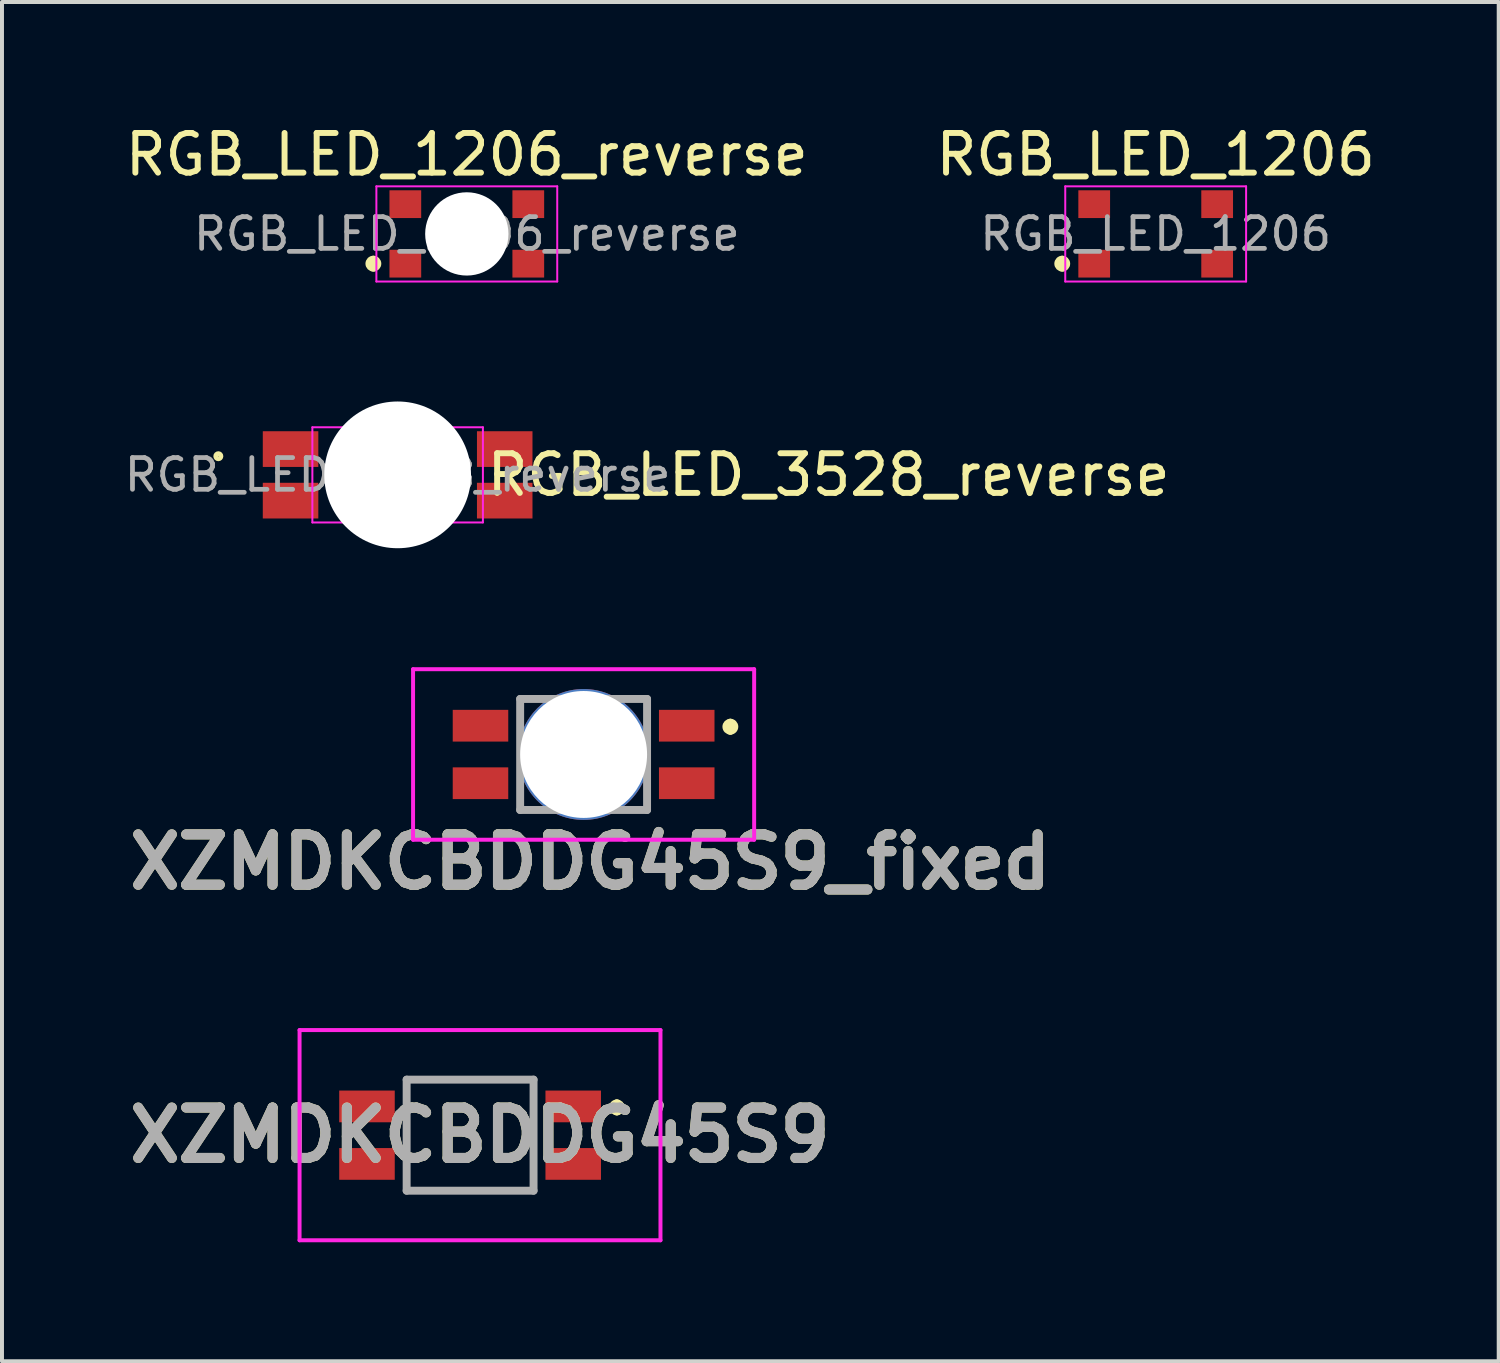
<source format=kicad_pcb>
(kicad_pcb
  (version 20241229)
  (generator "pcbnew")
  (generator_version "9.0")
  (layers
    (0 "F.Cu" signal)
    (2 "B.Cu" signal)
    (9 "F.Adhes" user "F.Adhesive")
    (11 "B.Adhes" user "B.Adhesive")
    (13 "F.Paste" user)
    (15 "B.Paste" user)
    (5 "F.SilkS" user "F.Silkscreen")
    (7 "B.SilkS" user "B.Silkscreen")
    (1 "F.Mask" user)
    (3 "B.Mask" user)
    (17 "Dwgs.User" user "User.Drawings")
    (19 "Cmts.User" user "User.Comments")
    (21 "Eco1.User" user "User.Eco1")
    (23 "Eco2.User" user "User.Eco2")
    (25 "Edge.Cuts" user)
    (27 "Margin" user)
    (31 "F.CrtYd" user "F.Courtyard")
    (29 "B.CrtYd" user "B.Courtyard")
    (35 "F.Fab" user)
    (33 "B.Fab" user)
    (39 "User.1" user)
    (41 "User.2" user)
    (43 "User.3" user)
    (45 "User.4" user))
  (footprint "RGB_LED_3528_reverse"
    (layer "F.Cu")
    (at 6.976 8.923)
    (property "Reference" "RGB_LED_3528_reverse" (at 2.172 0 0) (layer "F.SilkS") (effects (font (size 1 1) (thickness 0.15)) (justify left)))
    (attr smd)
    (fp_circle (center -4.521 -0.47) (end -4.536 -0.406) (stroke (width 0.12) (type solid)) (fill no) (layer "F.SilkS"))
    (fp_line (start -2.15 -1.2) (end 2.15 -1.2) (stroke (width 0.05) (type solid)) (layer "F.CrtYd"))
    (fp_line (start -2.15 1.2) (end -2.15 -1.2) (stroke (width 0.05) (type solid)) (layer "F.CrtYd"))
    (fp_line (start 2.15 -1.2) (end 2.15 1.2) (stroke (width 0.05) (type solid)) (layer "F.CrtYd"))
    (fp_line (start 2.15 1.2) (end -2.15 1.2) (stroke (width 0.05) (type solid)) (layer "F.CrtYd"))
    (fp_text user "${REFERENCE}" (at 0 0 0) (layer "F.Fab") (effects (font (size 0.8 0.8) (thickness 0.12))))
    (pad "" np_thru_hole circle (at 0 0) (size 3.7 3.7) (drill 3.7) (layers "*.Cu" "*.Mask"))
    (pad "1" smd rect (at 2.7 0.65) (size 1.4 0.9) (layers "F.Cu" "F.Mask" "F.Paste"))
    (pad "2" smd rect (at -2.7 0.65) (size 1.4 0.9) (layers "F.Cu" "F.Mask" "F.Paste"))
    (pad "3" smd rect (at -2.7 -0.65) (size 1.4 0.9) (layers "F.Cu" "F.Mask" "F.Paste"))
    (pad "4" smd rect (at 2.7 -0.65) (size 1.4 0.9) (layers "F.Cu" "F.Mask" "F.Paste")))
  (footprint "RGB_LED_1206_reverse"
    (layer "F.Cu")
    (at 8.72 2.848)
    (property "Reference" "RGB_LED_1206_reverse" (at 0 -2 0) (layer "F.SilkS") (effects (font (size 1 1) (thickness 0.15))))
    (attr smd)
    (fp_arc (start -2.3559 0.65) (mid -2.2559 0.75) (end -2.3559 0.85) (stroke (width 0.2) (type solid)) (layer "F.SilkS"))
    (fp_arc (start -2.3559 0.85) (mid -2.4559 0.75) (end -2.3559 0.65) (stroke (width 0.2) (type solid)) (layer "F.SilkS"))
    (fp_line (start -2.28 -1.2) (end 2.28 -1.2) (stroke (width 0.05) (type solid)) (layer "F.CrtYd"))
    (fp_line (start -2.28 1.2) (end -2.28 -1.2) (stroke (width 0.05) (type solid)) (layer "F.CrtYd"))
    (fp_line (start 2.28 -1.2) (end 2.28 1.2) (stroke (width 0.05) (type solid)) (layer "F.CrtYd"))
    (fp_line (start 2.28 1.2) (end -2.28 1.2) (stroke (width 0.05) (type solid)) (layer "F.CrtYd"))
    (fp_text user "${REFERENCE}" (at 0 0 0) (layer "F.Fab") (effects (font (size 0.8 0.8) (thickness 0.12))))
    (pad "" np_thru_hole circle (at 0 0) (size 2.1 2.1) (drill 2.1) (layers "*.Cu" "*.Mask"))
    (pad "1" smd rect (at 1.55 0.75) (size 0.8 0.7) (layers "F.Cu" "F.Mask" "F.Paste"))
    (pad "2" smd rect (at -1.55 0.75) (size 0.8 0.7) (layers "F.Cu" "F.Mask" "F.Paste"))
    (pad "3" smd rect (at -1.55 -0.75) (size 0.8 0.7) (layers "F.Cu" "F.Mask" "F.Paste"))
    (pad "4" smd rect (at 1.55 -0.75) (size 0.8 0.7) (layers "F.Cu" "F.Mask" "F.Paste")))
  (footprint "XZMDKCBDDG45S9_fixed"
    (layer "F.Cu")
    (at 11.665 15.973)
    (property "Reference" "XZMDKCBDDG45S9_fixed" (at 0.17 2.71 0) (layer "F.SilkS") (effects (font (size 1.27 1.27) (thickness 0.254))))
    (attr through_hole)
    (fp_line (start -1.6 -1.4) (end -1.6 -0.725) (stroke (width 0.1) (type solid)) (layer "F.SilkS"))
    (fp_line (start -1.6 0.725) (end -1.6 1.4) (stroke (width 0.1) (type solid)) (layer "F.SilkS"))
    (fp_line (start -1.6 1.4) (end -1.1 1.4) (stroke (width 0.1) (type solid)) (layer "F.SilkS"))
    (fp_line (start -1.1 -1.4) (end -1.6 -1.4) (stroke (width 0.1) (type solid)) (layer "F.SilkS"))
    (fp_line (start 1.1 -1.4) (end 1.6 -1.4) (stroke (width 0.1) (type solid)) (layer "F.SilkS"))
    (fp_line (start 1.1 1.4) (end 1.6 1.4) (stroke (width 0.1) (type solid)) (layer "F.SilkS"))
    (fp_line (start 1.6 -1.4) (end 1.6 -0.725) (stroke (width 0.1) (type solid)) (layer "F.SilkS"))
    (fp_line (start 1.6 1.4) (end 1.6 0.725) (stroke (width 0.1) (type solid)) (layer "F.SilkS"))
    (fp_line (start 3.7 -0.8) (end 3.7 -0.8) (stroke (width 0.2) (type solid)) (layer "F.SilkS"))
    (fp_line (start 3.7 -0.6) (end 3.7 -0.6) (stroke (width 0.2) (type solid)) (layer "F.SilkS"))
    (fp_arc (start 3.7 -0.8) (mid 3.8 -0.7) (end 3.7 -0.6) (stroke (width 0.2) (type solid)) (layer "F.SilkS"))
    (fp_arc (start 3.7 -0.6) (mid 3.6 -0.7) (end 3.7 -0.8) (stroke (width 0.2) (type solid)) (layer "F.SilkS"))
    (fp_line (start -4.3 -2.15) (end 4.3 -2.15) (stroke (width 0.1) (type solid)) (layer "F.CrtYd"))
    (fp_line (start -4.3 2.15) (end -4.3 -2.15) (stroke (width 0.1) (type solid)) (layer "F.CrtYd"))
    (fp_line (start 4.3 -2.15) (end 4.3 2.15) (stroke (width 0.1) (type solid)) (layer "F.CrtYd"))
    (fp_line (start 4.3 2.15) (end -4.3 2.15) (stroke (width 0.1) (type solid)) (layer "F.CrtYd"))
    (fp_line (start -1.6 -1.4) (end 1.6 -1.4) (stroke (width 0.2) (type solid)) (layer "F.Fab"))
    (fp_line (start -1.6 1.4) (end -1.6 -1.4) (stroke (width 0.2) (type solid)) (layer "F.Fab"))
    (fp_line (start 1.6 -1.4) (end 1.6 1.4) (stroke (width 0.2) (type solid)) (layer "F.Fab"))
    (fp_line (start 1.6 1.4) (end -1.6 1.4) (stroke (width 0.2) (type solid)) (layer "F.Fab"))
    (fp_text user "${REFERENCE}" (at 0.17 2.71 0) (layer "F.Fab") (effects (font (size 1.27 1.27) (thickness 0.254))))
    (pad "" np_thru_hole circle (at 0 0) (size 3.3 3.3) (drill 3.2) (layers "*.Cu" "*.Mask"))
    (pad "1" smd rect (at 2.6 -0.725 90) (size 0.8 1.4) (layers "F.Cu" "F.Mask" "F.Paste"))
    (pad "2" smd rect (at -2.6 -0.725 90) (size 0.8 1.4) (layers "F.Cu" "F.Mask" "F.Paste"))
    (pad "3" smd rect (at -2.6 0.725 90) (size 0.8 1.4) (layers "F.Cu" "F.Mask" "F.Paste"))
    (pad "4" smd rect (at 2.6 0.725 90) (size 0.8 1.4) (layers "F.Cu" "F.Mask" "F.Paste")))
  (footprint "XZMDKCBDDG45S9"
    (layer "F.Cu")
    (at 8.803 25.572)
    (property "Reference" "XZMDKCBDDG45S9" (at 0.25 0 0) (layer "F.SilkS") (effects (font (size 1.27 1.27) (thickness 0.254))))
    (attr through_hole)
    (fp_line (start -1.6 -1.4) (end -1.6 -0.725) (stroke (width 0.1) (type solid)) (layer "F.SilkS"))
    (fp_line (start -1.6 0.725) (end -1.6 1.4) (stroke (width 0.1) (type solid)) (layer "F.SilkS"))
    (fp_line (start -1.6 1.4) (end -1.1 1.4) (stroke (width 0.1) (type solid)) (layer "F.SilkS"))
    (fp_line (start -1.1 -1.4) (end -1.6 -1.4) (stroke (width 0.1) (type solid)) (layer "F.SilkS"))
    (fp_line (start 1.1 -1.4) (end 1.6 -1.4) (stroke (width 0.1) (type solid)) (layer "F.SilkS"))
    (fp_line (start 1.1 1.4) (end 1.6 1.4) (stroke (width 0.1) (type solid)) (layer "F.SilkS"))
    (fp_line (start 1.6 -1.4) (end 1.6 -0.725) (stroke (width 0.1) (type solid)) (layer "F.SilkS"))
    (fp_line (start 1.6 1.4) (end 1.6 0.725) (stroke (width 0.1) (type solid)) (layer "F.SilkS"))
    (fp_line (start 3.7 -0.8) (end 3.7 -0.8) (stroke (width 0.2) (type solid)) (layer "F.SilkS"))
    (fp_line (start 3.7 -0.6) (end 3.7 -0.6) (stroke (width 0.2) (type solid)) (layer "F.SilkS"))
    (fp_arc (start 3.7 -0.8) (mid 3.8 -0.7) (end 3.7 -0.6) (stroke (width 0.2) (type solid)) (layer "F.SilkS"))
    (fp_arc (start 3.7 -0.6) (mid 3.6 -0.7) (end 3.7 -0.8) (stroke (width 0.2) (type solid)) (layer "F.SilkS"))
    (fp_line (start -4.3 -2.65) (end 4.8 -2.65) (stroke (width 0.1) (type solid)) (layer "F.CrtYd"))
    (fp_line (start -4.3 2.65) (end -4.3 -2.65) (stroke (width 0.1) (type solid)) (layer "F.CrtYd"))
    (fp_line (start 4.8 -2.65) (end 4.8 2.65) (stroke (width 0.1) (type solid)) (layer "F.CrtYd"))
    (fp_line (start 4.8 2.65) (end -4.3 2.65) (stroke (width 0.1) (type solid)) (layer "F.CrtYd"))
    (fp_line (start -1.6 -1.4) (end 1.6 -1.4) (stroke (width 0.2) (type solid)) (layer "F.Fab"))
    (fp_line (start -1.6 1.4) (end -1.6 -1.4) (stroke (width 0.2) (type solid)) (layer "F.Fab"))
    (fp_line (start 1.6 -1.4) (end 1.6 1.4) (stroke (width 0.2) (type solid)) (layer "F.Fab"))
    (fp_line (start 1.6 1.4) (end -1.6 1.4) (stroke (width 0.2) (type solid)) (layer "F.Fab"))
    (fp_text user "${REFERENCE}" (at 0.25 0 0) (layer "F.Fab") (effects (font (size 1.27 1.27) (thickness 0.254))))
    (pad "" np_thru_hole circle (at 0 0) (size 0.001 0.001) (drill 3.3) (layers "*.Cu" "*.Mask"))
    (pad "1" smd rect (at 2.6 -0.725 90) (size 0.8 1.4) (layers "F.Cu" "F.Mask" "F.Paste"))
    (pad "2" smd rect (at -2.6 -0.725 90) (size 0.8 1.4) (layers "F.Cu" "F.Mask" "F.Paste"))
    (pad "3" smd rect (at -2.6 0.725 90) (size 0.8 1.4) (layers "F.Cu" "F.Mask" "F.Paste"))
    (pad "4" smd rect (at 2.6 0.725 90) (size 0.8 1.4) (layers "F.Cu" "F.Mask" "F.Paste")))
  (footprint "RGB_LED_1206"
    (layer "F.Cu")
    (at 26.089 2.848)
    (property "Reference" "RGB_LED_1206" (at 0 -2 0) (layer "F.SilkS") (effects (font (size 1 1) (thickness 0.15))))
    (attr smd)
    (fp_arc (start -2.3559 0.65) (mid -2.2559 0.75) (end -2.3559 0.85) (stroke (width 0.2) (type solid)) (layer "F.SilkS"))
    (fp_arc (start -2.3559 0.85) (mid -2.4559 0.75) (end -2.3559 0.65) (stroke (width 0.2) (type solid)) (layer "F.SilkS"))
    (fp_line (start -2.28 -1.2) (end 2.28 -1.2) (stroke (width 0.05) (type solid)) (layer "F.CrtYd"))
    (fp_line (start -2.28 1.2) (end -2.28 -1.2) (stroke (width 0.05) (type solid)) (layer "F.CrtYd"))
    (fp_line (start 2.28 -1.2) (end 2.28 1.2) (stroke (width 0.05) (type solid)) (layer "F.CrtYd"))
    (fp_line (start 2.28 1.2) (end -2.28 1.2) (stroke (width 0.05) (type solid)) (layer "F.CrtYd"))
    (fp_text user "${REFERENCE}" (at 0 0 0) (layer "F.Fab") (effects (font (size 0.8 0.8) (thickness 0.12))))
    (pad "1" smd rect (at 1.55 0.75) (size 0.8 0.7) (layers "F.Cu" "F.Mask" "F.Paste"))
    (pad "2" smd rect (at -1.55 0.75) (size 0.8 0.7) (layers "F.Cu" "F.Mask" "F.Paste"))
    (pad "3" smd rect (at -1.55 -0.75) (size 0.8 0.7) (layers "F.Cu" "F.Mask" "F.Paste"))
    (pad "4" smd rect (at 1.55 -0.75) (size 0.8 0.7) (layers "F.Cu" "F.Mask" "F.Paste")))
  (gr_rect
    (start -3 -3)
    (end 34.738 31.272)
    (stroke (width 0.1) (type default))
    (fill no)
    (layer "Edge.Cuts")))
</source>
